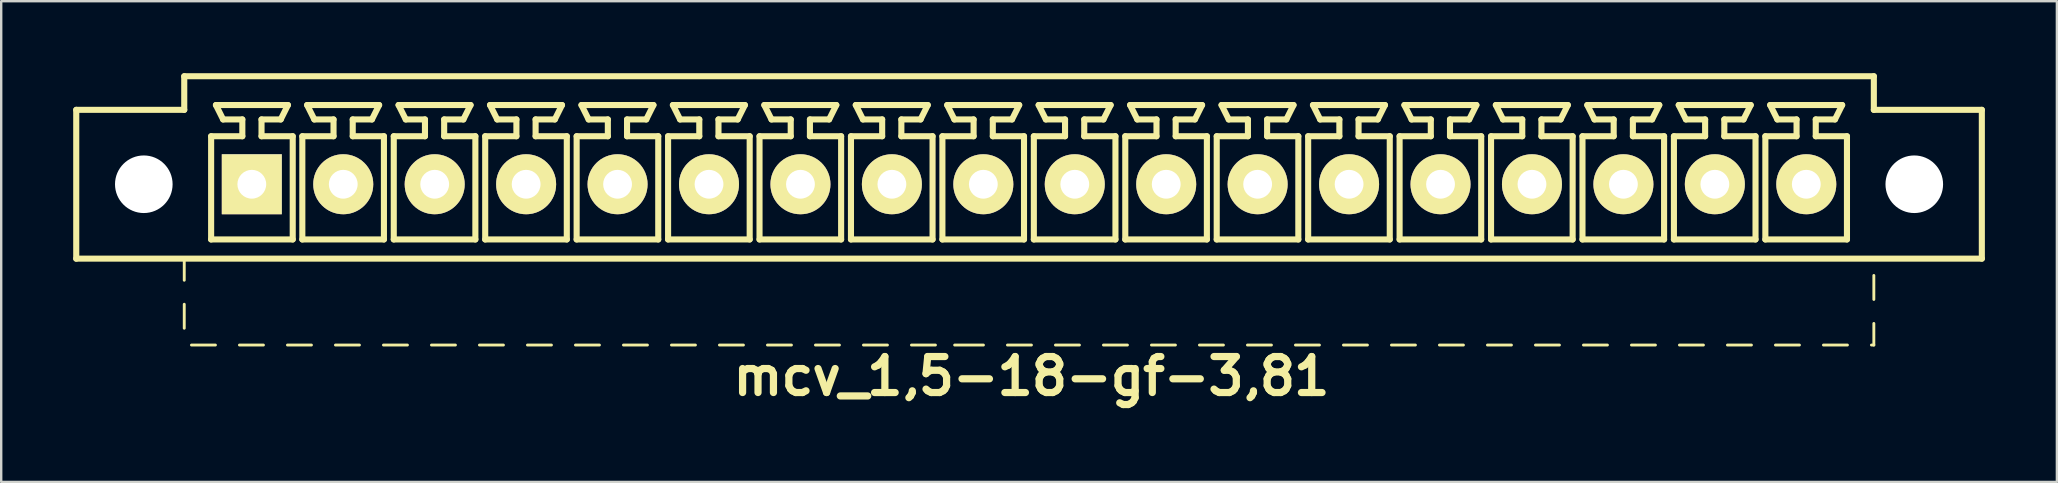
<source format=kicad_pcb>
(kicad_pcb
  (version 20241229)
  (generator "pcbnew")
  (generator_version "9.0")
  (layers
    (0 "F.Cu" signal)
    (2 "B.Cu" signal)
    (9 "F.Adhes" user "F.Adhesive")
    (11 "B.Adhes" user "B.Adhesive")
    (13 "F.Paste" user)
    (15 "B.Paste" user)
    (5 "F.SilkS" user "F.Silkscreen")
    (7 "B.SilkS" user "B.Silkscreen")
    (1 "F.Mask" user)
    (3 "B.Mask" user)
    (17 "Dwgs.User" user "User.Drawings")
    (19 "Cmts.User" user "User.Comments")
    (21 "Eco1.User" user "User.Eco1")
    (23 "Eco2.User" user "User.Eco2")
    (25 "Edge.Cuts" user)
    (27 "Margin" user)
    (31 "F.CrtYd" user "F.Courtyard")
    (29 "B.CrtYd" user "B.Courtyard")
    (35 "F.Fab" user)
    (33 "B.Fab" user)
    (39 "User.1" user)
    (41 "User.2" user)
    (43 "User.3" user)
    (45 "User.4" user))
  (footprint "mcv_1,5-18-gf-3,81"
    (layer "F.Cu")
    (at 39.827 4.627)
    (property "Reference" "mcv_1,5-18-gf-3,81" (at 0.1 8 0) (layer "F.SilkS") (effects (font (size 1.5 1.5) (thickness 0.3))))
    (attr through_hole)
    (fp_line (start -39.7 3.1) (end -39.7 -3.1) (stroke (width 0.254) (type solid)) (layer "F.SilkS"))
    (fp_line (start -39.7 3.1) (end 39.7 3.1) (stroke (width 0.254) (type solid)) (layer "F.SilkS"))
    (fp_line (start -35.2 -4.5) (end -35.2 -3.1) (stroke (width 0.254) (type solid)) (layer "F.SilkS"))
    (fp_line (start -35.2 -4.5) (end 35.2 -4.5) (stroke (width 0.254) (type solid)) (layer "F.SilkS"))
    (fp_line (start -35.2 -3.1) (end -39.7 -3.1) (stroke (width 0.254) (type solid)) (layer "F.SilkS"))
    (fp_line (start -35.2 3.1) (end -35.2 4) (stroke (width 0.12) (type solid)) (layer "F.SilkS"))
    (fp_line (start -35.2 5) (end -35.2 6) (stroke (width 0.12) (type solid)) (layer "F.SilkS"))
    (fp_line (start -34.9 6.7) (end -33.9 6.7) (stroke (width 0.12) (type solid)) (layer "F.SilkS"))
    (fp_line (start -34.08 -2) (end -32.78 -2) (stroke (width 0.254) (type solid)) (layer "F.SilkS"))
    (fp_line (start -34.08 2.3) (end -34.08 -2) (stroke (width 0.254) (type solid)) (layer "F.SilkS"))
    (fp_line (start -33.88 -3.3) (end -30.88 -3.3) (stroke (width 0.254) (type solid)) (layer "F.SilkS"))
    (fp_line (start -33.58 -2.7) (end -33.88 -3.3) (stroke (width 0.254) (type solid)) (layer "F.SilkS"))
    (fp_line (start -32.9 6.7) (end -31.9 6.7) (stroke (width 0.12) (type solid)) (layer "F.SilkS"))
    (fp_line (start -32.78 -2.7) (end -33.58 -2.7) (stroke (width 0.254) (type solid)) (layer "F.SilkS"))
    (fp_line (start -32.78 -2) (end -32.78 -2.7) (stroke (width 0.254) (type solid)) (layer "F.SilkS"))
    (fp_line (start -31.98 -2.7) (end -31.98 -2) (stroke (width 0.254) (type solid)) (layer "F.SilkS"))
    (fp_line (start -31.98 -2) (end -30.68 -2) (stroke (width 0.254) (type solid)) (layer "F.SilkS"))
    (fp_line (start -31.18 -2.7) (end -31.98 -2.7) (stroke (width 0.254) (type solid)) (layer "F.SilkS"))
    (fp_line (start -31.18 -2.7) (end -30.88 -3.3) (stroke (width 0.254) (type solid)) (layer "F.SilkS"))
    (fp_line (start -30.9 6.7) (end -29.9 6.7) (stroke (width 0.12) (type solid)) (layer "F.SilkS"))
    (fp_line (start -30.68 -2) (end -30.68 2.3) (stroke (width 0.254) (type solid)) (layer "F.SilkS"))
    (fp_line (start -30.68 2.3) (end -34.08 2.3) (stroke (width 0.254) (type solid)) (layer "F.SilkS"))
    (fp_line (start -30.28 -2) (end -28.98 -2) (stroke (width 0.254) (type solid)) (layer "F.SilkS"))
    (fp_line (start -30.28 2.3) (end -30.28 -2) (stroke (width 0.254) (type solid)) (layer "F.SilkS"))
    (fp_line (start -30.08 -3.3) (end -27.08 -3.3) (stroke (width 0.254) (type solid)) (layer "F.SilkS"))
    (fp_line (start -29.78 -2.7) (end -30.08 -3.3) (stroke (width 0.254) (type solid)) (layer "F.SilkS"))
    (fp_line (start -28.98 -2.7) (end -29.78 -2.7) (stroke (width 0.254) (type solid)) (layer "F.SilkS"))
    (fp_line (start -28.98 -2) (end -28.98 -2.7) (stroke (width 0.254) (type solid)) (layer "F.SilkS"))
    (fp_line (start -28.9 6.7) (end -27.9 6.7) (stroke (width 0.12) (type solid)) (layer "F.SilkS"))
    (fp_line (start -28.18 -2.7) (end -28.18 -2) (stroke (width 0.254) (type solid)) (layer "F.SilkS"))
    (fp_line (start -28.18 -2) (end -26.88 -2) (stroke (width 0.254) (type solid)) (layer "F.SilkS"))
    (fp_line (start -27.38 -2.7) (end -28.18 -2.7) (stroke (width 0.254) (type solid)) (layer "F.SilkS"))
    (fp_line (start -27.38 -2.7) (end -27.08 -3.3) (stroke (width 0.254) (type solid)) (layer "F.SilkS"))
    (fp_line (start -26.9 6.7) (end -25.9 6.7) (stroke (width 0.12) (type solid)) (layer "F.SilkS"))
    (fp_line (start -26.88 -2) (end -26.88 2.3) (stroke (width 0.254) (type solid)) (layer "F.SilkS"))
    (fp_line (start -26.88 2.3) (end -30.28 2.3) (stroke (width 0.254) (type solid)) (layer "F.SilkS"))
    (fp_line (start -26.47 -2) (end -25.17 -2) (stroke (width 0.254) (type solid)) (layer "F.SilkS"))
    (fp_line (start -26.47 2.3) (end -26.47 -2) (stroke (width 0.254) (type solid)) (layer "F.SilkS"))
    (fp_line (start -26.27 -3.3) (end -23.27 -3.3) (stroke (width 0.254) (type solid)) (layer "F.SilkS"))
    (fp_line (start -25.97 -2.7) (end -26.27 -3.3) (stroke (width 0.254) (type solid)) (layer "F.SilkS"))
    (fp_line (start -25.17 -2.7) (end -25.97 -2.7) (stroke (width 0.254) (type solid)) (layer "F.SilkS"))
    (fp_line (start -25.17 -2) (end -25.17 -2.7) (stroke (width 0.254) (type solid)) (layer "F.SilkS"))
    (fp_line (start -24.9 6.7) (end -23.9 6.7) (stroke (width 0.12) (type solid)) (layer "F.SilkS"))
    (fp_line (start -24.37 -2.7) (end -24.37 -2) (stroke (width 0.254) (type solid)) (layer "F.SilkS"))
    (fp_line (start -24.37 -2) (end -23.07 -2) (stroke (width 0.254) (type solid)) (layer "F.SilkS"))
    (fp_line (start -23.57 -2.7) (end -24.37 -2.7) (stroke (width 0.254) (type solid)) (layer "F.SilkS"))
    (fp_line (start -23.57 -2.7) (end -23.27 -3.3) (stroke (width 0.254) (type solid)) (layer "F.SilkS"))
    (fp_line (start -23.07 -2) (end -23.07 2.3) (stroke (width 0.254) (type solid)) (layer "F.SilkS"))
    (fp_line (start -23.07 2.3) (end -26.47 2.3) (stroke (width 0.254) (type solid)) (layer "F.SilkS"))
    (fp_line (start -22.9 6.7) (end -21.9 6.7) (stroke (width 0.12) (type solid)) (layer "F.SilkS"))
    (fp_line (start -22.66 -2) (end -21.36 -2) (stroke (width 0.254) (type solid)) (layer "F.SilkS"))
    (fp_line (start -22.66 2.3) (end -22.66 -2) (stroke (width 0.254) (type solid)) (layer "F.SilkS"))
    (fp_line (start -22.46 -3.3) (end -19.46 -3.3) (stroke (width 0.254) (type solid)) (layer "F.SilkS"))
    (fp_line (start -22.16 -2.7) (end -22.46 -3.3) (stroke (width 0.254) (type solid)) (layer "F.SilkS"))
    (fp_line (start -21.36 -2.7) (end -22.16 -2.7) (stroke (width 0.254) (type solid)) (layer "F.SilkS"))
    (fp_line (start -21.36 -2) (end -21.36 -2.7) (stroke (width 0.254) (type solid)) (layer "F.SilkS"))
    (fp_line (start -20.9 6.7) (end -19.9 6.7) (stroke (width 0.12) (type solid)) (layer "F.SilkS"))
    (fp_line (start -20.56 -2.7) (end -20.56 -2) (stroke (width 0.254) (type solid)) (layer "F.SilkS"))
    (fp_line (start -20.56 -2) (end -19.26 -2) (stroke (width 0.254) (type solid)) (layer "F.SilkS"))
    (fp_line (start -19.76 -2.7) (end -20.56 -2.7) (stroke (width 0.254) (type solid)) (layer "F.SilkS"))
    (fp_line (start -19.76 -2.7) (end -19.46 -3.3) (stroke (width 0.254) (type solid)) (layer "F.SilkS"))
    (fp_line (start -19.26 -2) (end -19.26 2.3) (stroke (width 0.254) (type solid)) (layer "F.SilkS"))
    (fp_line (start -19.26 2.3) (end -22.66 2.3) (stroke (width 0.254) (type solid)) (layer "F.SilkS"))
    (fp_line (start -18.9 6.7) (end -17.9 6.7) (stroke (width 0.12) (type solid)) (layer "F.SilkS"))
    (fp_line (start -18.85 -2) (end -17.55 -2) (stroke (width 0.254) (type solid)) (layer "F.SilkS"))
    (fp_line (start -18.85 2.3) (end -18.85 -2) (stroke (width 0.254) (type solid)) (layer "F.SilkS"))
    (fp_line (start -18.65 -3.3) (end -15.65 -3.3) (stroke (width 0.254) (type solid)) (layer "F.SilkS"))
    (fp_line (start -18.35 -2.7) (end -18.65 -3.3) (stroke (width 0.254) (type solid)) (layer "F.SilkS"))
    (fp_line (start -17.55 -2.7) (end -18.35 -2.7) (stroke (width 0.254) (type solid)) (layer "F.SilkS"))
    (fp_line (start -17.55 -2) (end -17.55 -2.7) (stroke (width 0.254) (type solid)) (layer "F.SilkS"))
    (fp_line (start -16.9 6.7) (end -15.9 6.7) (stroke (width 0.12) (type solid)) (layer "F.SilkS"))
    (fp_line (start -16.75 -2.7) (end -16.75 -2) (stroke (width 0.254) (type solid)) (layer "F.SilkS"))
    (fp_line (start -16.75 -2) (end -15.45 -2) (stroke (width 0.254) (type solid)) (layer "F.SilkS"))
    (fp_line (start -15.95 -2.7) (end -16.75 -2.7) (stroke (width 0.254) (type solid)) (layer "F.SilkS"))
    (fp_line (start -15.95 -2.7) (end -15.65 -3.3) (stroke (width 0.254) (type solid)) (layer "F.SilkS"))
    (fp_line (start -15.45 -2) (end -15.45 2.3) (stroke (width 0.254) (type solid)) (layer "F.SilkS"))
    (fp_line (start -15.45 2.3) (end -18.85 2.3) (stroke (width 0.254) (type solid)) (layer "F.SilkS"))
    (fp_line (start -15.04 -2) (end -13.74 -2) (stroke (width 0.254) (type solid)) (layer "F.SilkS"))
    (fp_line (start -15.04 2.3) (end -15.04 -2) (stroke (width 0.254) (type solid)) (layer "F.SilkS"))
    (fp_line (start -14.9 6.7) (end -13.9 6.7) (stroke (width 0.12) (type solid)) (layer "F.SilkS"))
    (fp_line (start -14.84 -3.3) (end -11.84 -3.3) (stroke (width 0.254) (type solid)) (layer "F.SilkS"))
    (fp_line (start -14.54 -2.7) (end -14.84 -3.3) (stroke (width 0.254) (type solid)) (layer "F.SilkS"))
    (fp_line (start -13.74 -2.7) (end -14.54 -2.7) (stroke (width 0.254) (type solid)) (layer "F.SilkS"))
    (fp_line (start -13.74 -2) (end -13.74 -2.7) (stroke (width 0.254) (type solid)) (layer "F.SilkS"))
    (fp_line (start -12.94 -2.7) (end -12.94 -2) (stroke (width 0.254) (type solid)) (layer "F.SilkS"))
    (fp_line (start -12.94 -2) (end -11.64 -2) (stroke (width 0.254) (type solid)) (layer "F.SilkS"))
    (fp_line (start -12.9 6.7) (end -11.9 6.7) (stroke (width 0.12) (type solid)) (layer "F.SilkS"))
    (fp_line (start -12.14 -2.7) (end -12.94 -2.7) (stroke (width 0.254) (type solid)) (layer "F.SilkS"))
    (fp_line (start -12.14 -2.7) (end -11.84 -3.3) (stroke (width 0.254) (type solid)) (layer "F.SilkS"))
    (fp_line (start -11.64 -2) (end -11.64 2.3) (stroke (width 0.254) (type solid)) (layer "F.SilkS"))
    (fp_line (start -11.64 2.3) (end -15.04 2.3) (stroke (width 0.254) (type solid)) (layer "F.SilkS"))
    (fp_line (start -11.23 -2) (end -9.93 -2) (stroke (width 0.254) (type solid)) (layer "F.SilkS"))
    (fp_line (start -11.23 2.3) (end -11.23 -2) (stroke (width 0.254) (type solid)) (layer "F.SilkS"))
    (fp_line (start -11.03 -3.3) (end -8.03 -3.3) (stroke (width 0.254) (type solid)) (layer "F.SilkS"))
    (fp_line (start -10.9 6.7) (end -9.9 6.7) (stroke (width 0.12) (type solid)) (layer "F.SilkS"))
    (fp_line (start -10.73 -2.7) (end -11.03 -3.3) (stroke (width 0.254) (type solid)) (layer "F.SilkS"))
    (fp_line (start -9.93 -2.7) (end -10.73 -2.7) (stroke (width 0.254) (type solid)) (layer "F.SilkS"))
    (fp_line (start -9.93 -2) (end -9.93 -2.7) (stroke (width 0.254) (type solid)) (layer "F.SilkS"))
    (fp_line (start -9.13 -2.7) (end -9.13 -2) (stroke (width 0.254) (type solid)) (layer "F.SilkS"))
    (fp_line (start -9.13 -2) (end -7.83 -2) (stroke (width 0.254) (type solid)) (layer "F.SilkS"))
    (fp_line (start -8.9 6.7) (end -7.9 6.7) (stroke (width 0.12) (type solid)) (layer "F.SilkS"))
    (fp_line (start -8.33 -2.7) (end -9.13 -2.7) (stroke (width 0.254) (type solid)) (layer "F.SilkS"))
    (fp_line (start -8.33 -2.7) (end -8.03 -3.3) (stroke (width 0.254) (type solid)) (layer "F.SilkS"))
    (fp_line (start -7.83 -2) (end -7.83 2.3) (stroke (width 0.254) (type solid)) (layer "F.SilkS"))
    (fp_line (start -7.83 2.3) (end -11.23 2.3) (stroke (width 0.254) (type solid)) (layer "F.SilkS"))
    (fp_line (start -7.42 -2) (end -6.12 -2) (stroke (width 0.254) (type solid)) (layer "F.SilkS"))
    (fp_line (start -7.42 2.3) (end -7.42 -2) (stroke (width 0.254) (type solid)) (layer "F.SilkS"))
    (fp_line (start -7.22 -3.3) (end -4.22 -3.3) (stroke (width 0.254) (type solid)) (layer "F.SilkS"))
    (fp_line (start -6.92 -2.7) (end -7.22 -3.3) (stroke (width 0.254) (type solid)) (layer "F.SilkS"))
    (fp_line (start -6.9 6.7) (end -5.9 6.7) (stroke (width 0.12) (type solid)) (layer "F.SilkS"))
    (fp_line (start -6.12 -2.7) (end -6.92 -2.7) (stroke (width 0.254) (type solid)) (layer "F.SilkS"))
    (fp_line (start -6.12 -2) (end -6.12 -2.7) (stroke (width 0.254) (type solid)) (layer "F.SilkS"))
    (fp_line (start -5.32 -2.7) (end -5.32 -2) (stroke (width 0.254) (type solid)) (layer "F.SilkS"))
    (fp_line (start -5.32 -2) (end -4.02 -2) (stroke (width 0.254) (type solid)) (layer "F.SilkS"))
    (fp_line (start -4.9 6.7) (end -3.9 6.7) (stroke (width 0.12) (type solid)) (layer "F.SilkS"))
    (fp_line (start -4.52 -2.7) (end -5.32 -2.7) (stroke (width 0.254) (type solid)) (layer "F.SilkS"))
    (fp_line (start -4.52 -2.7) (end -4.22 -3.3) (stroke (width 0.254) (type solid)) (layer "F.SilkS"))
    (fp_line (start -4.02 -2) (end -4.02 2.3) (stroke (width 0.254) (type solid)) (layer "F.SilkS"))
    (fp_line (start -4.02 2.3) (end -7.42 2.3) (stroke (width 0.254) (type solid)) (layer "F.SilkS"))
    (fp_line (start -3.61 -2) (end -2.31 -2) (stroke (width 0.254) (type solid)) (layer "F.SilkS"))
    (fp_line (start -3.61 2.3) (end -3.61 -2) (stroke (width 0.254) (type solid)) (layer "F.SilkS"))
    (fp_line (start -3.41 -3.3) (end -0.41 -3.3) (stroke (width 0.254) (type solid)) (layer "F.SilkS"))
    (fp_line (start -3.11 -2.7) (end -3.41 -3.3) (stroke (width 0.254) (type solid)) (layer "F.SilkS"))
    (fp_line (start -3.1 6.7) (end -1.9 6.7) (stroke (width 0.12) (type solid)) (layer "F.SilkS"))
    (fp_line (start -2.31 -2.7) (end -3.11 -2.7) (stroke (width 0.254) (type solid)) (layer "F.SilkS"))
    (fp_line (start -2.31 -2) (end -2.31 -2.7) (stroke (width 0.254) (type solid)) (layer "F.SilkS"))
    (fp_line (start -1.51 -2.7) (end -1.51 -2) (stroke (width 0.254) (type solid)) (layer "F.SilkS"))
    (fp_line (start -1.51 -2) (end -0.21 -2) (stroke (width 0.254) (type solid)) (layer "F.SilkS"))
    (fp_line (start -0.9 6.7) (end 0.1 6.7) (stroke (width 0.12) (type solid)) (layer "F.SilkS"))
    (fp_line (start -0.71 -2.7) (end -1.51 -2.7) (stroke (width 0.254) (type solid)) (layer "F.SilkS"))
    (fp_line (start -0.71 -2.7) (end -0.41 -3.3) (stroke (width 0.254) (type solid)) (layer "F.SilkS"))
    (fp_line (start -0.21 -2) (end -0.21 2.3) (stroke (width 0.254) (type solid)) (layer "F.SilkS"))
    (fp_line (start -0.21 2.3) (end -3.61 2.3) (stroke (width 0.254) (type solid)) (layer "F.SilkS"))
    (fp_line (start 0.2 -2) (end 1.5 -2) (stroke (width 0.254) (type solid)) (layer "F.SilkS"))
    (fp_line (start 0.2 2.3) (end 0.2 -2) (stroke (width 0.254) (type solid)) (layer "F.SilkS"))
    (fp_line (start 0.4 -3.3) (end 3.4 -3.3) (stroke (width 0.254) (type solid)) (layer "F.SilkS"))
    (fp_line (start 0.7 -2.7) (end 0.4 -3.3) (stroke (width 0.254) (type solid)) (layer "F.SilkS"))
    (fp_line (start 1.1 6.7) (end 2.1 6.7) (stroke (width 0.12) (type solid)) (layer "F.SilkS"))
    (fp_line (start 1.5 -2.7) (end 0.7 -2.7) (stroke (width 0.254) (type solid)) (layer "F.SilkS"))
    (fp_line (start 1.5 -2) (end 1.5 -2.7) (stroke (width 0.254) (type solid)) (layer "F.SilkS"))
    (fp_line (start 2.3 -2.7) (end 2.3 -2) (stroke (width 0.254) (type solid)) (layer "F.SilkS"))
    (fp_line (start 2.3 -2) (end 3.6 -2) (stroke (width 0.254) (type solid)) (layer "F.SilkS"))
    (fp_line (start 3.1 -2.7) (end 2.3 -2.7) (stroke (width 0.254) (type solid)) (layer "F.SilkS"))
    (fp_line (start 3.1 -2.7) (end 3.4 -3.3) (stroke (width 0.254) (type solid)) (layer "F.SilkS"))
    (fp_line (start 3.1 6.7) (end 4.1 6.7) (stroke (width 0.12) (type solid)) (layer "F.SilkS"))
    (fp_line (start 3.6 -2) (end 3.6 2.3) (stroke (width 0.254) (type solid)) (layer "F.SilkS"))
    (fp_line (start 3.6 2.3) (end 0.2 2.3) (stroke (width 0.254) (type solid)) (layer "F.SilkS"))
    (fp_line (start 4.01 -2) (end 5.31 -2) (stroke (width 0.254) (type solid)) (layer "F.SilkS"))
    (fp_line (start 4.01 2.3) (end 4.01 -2) (stroke (width 0.254) (type solid)) (layer "F.SilkS"))
    (fp_line (start 4.21 -3.3) (end 7.21 -3.3) (stroke (width 0.254) (type solid)) (layer "F.SilkS"))
    (fp_line (start 4.51 -2.7) (end 4.21 -3.3) (stroke (width 0.254) (type solid)) (layer "F.SilkS"))
    (fp_line (start 5.1 6.7) (end 6.1 6.7) (stroke (width 0.12) (type solid)) (layer "F.SilkS"))
    (fp_line (start 5.31 -2.7) (end 4.51 -2.7) (stroke (width 0.254) (type solid)) (layer "F.SilkS"))
    (fp_line (start 5.31 -2) (end 5.31 -2.7) (stroke (width 0.254) (type solid)) (layer "F.SilkS"))
    (fp_line (start 6.11 -2.7) (end 6.11 -2) (stroke (width 0.254) (type solid)) (layer "F.SilkS"))
    (fp_line (start 6.11 -2) (end 7.41 -2) (stroke (width 0.254) (type solid)) (layer "F.SilkS"))
    (fp_line (start 6.91 -2.7) (end 6.11 -2.7) (stroke (width 0.254) (type solid)) (layer "F.SilkS"))
    (fp_line (start 6.91 -2.7) (end 7.21 -3.3) (stroke (width 0.254) (type solid)) (layer "F.SilkS"))
    (fp_line (start 7.1 6.7) (end 8.1 6.7) (stroke (width 0.12) (type solid)) (layer "F.SilkS"))
    (fp_line (start 7.41 -2) (end 7.41 2.3) (stroke (width 0.254) (type solid)) (layer "F.SilkS"))
    (fp_line (start 7.41 2.3) (end 4.01 2.3) (stroke (width 0.254) (type solid)) (layer "F.SilkS"))
    (fp_line (start 7.82 -2) (end 9.12 -2) (stroke (width 0.254) (type solid)) (layer "F.SilkS"))
    (fp_line (start 7.82 2.3) (end 7.82 -2) (stroke (width 0.254) (type solid)) (layer "F.SilkS"))
    (fp_line (start 8.02 -3.3) (end 11.02 -3.3) (stroke (width 0.254) (type solid)) (layer "F.SilkS"))
    (fp_line (start 8.32 -2.7) (end 8.02 -3.3) (stroke (width 0.254) (type solid)) (layer "F.SilkS"))
    (fp_line (start 9.1 6.7) (end 10.1 6.7) (stroke (width 0.12) (type solid)) (layer "F.SilkS"))
    (fp_line (start 9.12 -2.7) (end 8.32 -2.7) (stroke (width 0.254) (type solid)) (layer "F.SilkS"))
    (fp_line (start 9.12 -2) (end 9.12 -2.7) (stroke (width 0.254) (type solid)) (layer "F.SilkS"))
    (fp_line (start 9.92 -2.7) (end 9.92 -2) (stroke (width 0.254) (type solid)) (layer "F.SilkS"))
    (fp_line (start 9.92 -2) (end 11.22 -2) (stroke (width 0.254) (type solid)) (layer "F.SilkS"))
    (fp_line (start 10.72 -2.7) (end 9.92 -2.7) (stroke (width 0.254) (type solid)) (layer "F.SilkS"))
    (fp_line (start 10.72 -2.7) (end 11.02 -3.3) (stroke (width 0.254) (type solid)) (layer "F.SilkS"))
    (fp_line (start 11.1 6.7) (end 12.1 6.7) (stroke (width 0.12) (type solid)) (layer "F.SilkS"))
    (fp_line (start 11.22 -2) (end 11.22 2.3) (stroke (width 0.254) (type solid)) (layer "F.SilkS"))
    (fp_line (start 11.22 2.3) (end 7.82 2.3) (stroke (width 0.254) (type solid)) (layer "F.SilkS"))
    (fp_line (start 11.63 -2) (end 12.93 -2) (stroke (width 0.254) (type solid)) (layer "F.SilkS"))
    (fp_line (start 11.63 2.3) (end 11.63 -2) (stroke (width 0.254) (type solid)) (layer "F.SilkS"))
    (fp_line (start 11.83 -3.3) (end 14.83 -3.3) (stroke (width 0.254) (type solid)) (layer "F.SilkS"))
    (fp_line (start 12.13 -2.7) (end 11.83 -3.3) (stroke (width 0.254) (type solid)) (layer "F.SilkS"))
    (fp_line (start 12.93 -2.7) (end 12.13 -2.7) (stroke (width 0.254) (type solid)) (layer "F.SilkS"))
    (fp_line (start 12.93 -2) (end 12.93 -2.7) (stroke (width 0.254) (type solid)) (layer "F.SilkS"))
    (fp_line (start 13.1 6.7) (end 14.1 6.7) (stroke (width 0.12) (type solid)) (layer "F.SilkS"))
    (fp_line (start 13.73 -2.7) (end 13.73 -2) (stroke (width 0.254) (type solid)) (layer "F.SilkS"))
    (fp_line (start 13.73 -2) (end 15.03 -2) (stroke (width 0.254) (type solid)) (layer "F.SilkS"))
    (fp_line (start 14.53 -2.7) (end 13.73 -2.7) (stroke (width 0.254) (type solid)) (layer "F.SilkS"))
    (fp_line (start 14.53 -2.7) (end 14.83 -3.3) (stroke (width 0.254) (type solid)) (layer "F.SilkS"))
    (fp_line (start 15.03 -2) (end 15.03 2.3) (stroke (width 0.254) (type solid)) (layer "F.SilkS"))
    (fp_line (start 15.03 2.3) (end 11.63 2.3) (stroke (width 0.254) (type solid)) (layer "F.SilkS"))
    (fp_line (start 15.1 6.7) (end 16.1 6.7) (stroke (width 0.12) (type solid)) (layer "F.SilkS"))
    (fp_line (start 15.44 -2) (end 16.74 -2) (stroke (width 0.254) (type solid)) (layer "F.SilkS"))
    (fp_line (start 15.44 2.3) (end 15.44 -2) (stroke (width 0.254) (type solid)) (layer "F.SilkS"))
    (fp_line (start 15.64 -3.3) (end 18.64 -3.3) (stroke (width 0.254) (type solid)) (layer "F.SilkS"))
    (fp_line (start 15.94 -2.7) (end 15.64 -3.3) (stroke (width 0.254) (type solid)) (layer "F.SilkS"))
    (fp_line (start 16.74 -2.7) (end 15.94 -2.7) (stroke (width 0.254) (type solid)) (layer "F.SilkS"))
    (fp_line (start 16.74 -2) (end 16.74 -2.7) (stroke (width 0.254) (type solid)) (layer "F.SilkS"))
    (fp_line (start 17.1 6.7) (end 18.1 6.7) (stroke (width 0.12) (type solid)) (layer "F.SilkS"))
    (fp_line (start 17.54 -2.7) (end 17.54 -2) (stroke (width 0.254) (type solid)) (layer "F.SilkS"))
    (fp_line (start 17.54 -2) (end 18.84 -2) (stroke (width 0.254) (type solid)) (layer "F.SilkS"))
    (fp_line (start 18.34 -2.7) (end 17.54 -2.7) (stroke (width 0.254) (type solid)) (layer "F.SilkS"))
    (fp_line (start 18.34 -2.7) (end 18.64 -3.3) (stroke (width 0.254) (type solid)) (layer "F.SilkS"))
    (fp_line (start 18.84 -2) (end 18.84 2.3) (stroke (width 0.254) (type solid)) (layer "F.SilkS"))
    (fp_line (start 18.84 2.3) (end 15.44 2.3) (stroke (width 0.254) (type solid)) (layer "F.SilkS"))
    (fp_line (start 19.1 6.7) (end 20.1 6.7) (stroke (width 0.12) (type solid)) (layer "F.SilkS"))
    (fp_line (start 19.25 -2) (end 20.55 -2) (stroke (width 0.254) (type solid)) (layer "F.SilkS"))
    (fp_line (start 19.25 2.3) (end 19.25 -2) (stroke (width 0.254) (type solid)) (layer "F.SilkS"))
    (fp_line (start 19.45 -3.3) (end 22.45 -3.3) (stroke (width 0.254) (type solid)) (layer "F.SilkS"))
    (fp_line (start 19.75 -2.7) (end 19.45 -3.3) (stroke (width 0.254) (type solid)) (layer "F.SilkS"))
    (fp_line (start 20.55 -2.7) (end 19.75 -2.7) (stroke (width 0.254) (type solid)) (layer "F.SilkS"))
    (fp_line (start 20.55 -2) (end 20.55 -2.7) (stroke (width 0.254) (type solid)) (layer "F.SilkS"))
    (fp_line (start 21.1 6.7) (end 22.1 6.7) (stroke (width 0.12) (type solid)) (layer "F.SilkS"))
    (fp_line (start 21.35 -2.7) (end 21.35 -2) (stroke (width 0.254) (type solid)) (layer "F.SilkS"))
    (fp_line (start 21.35 -2) (end 22.65 -2) (stroke (width 0.254) (type solid)) (layer "F.SilkS"))
    (fp_line (start 22.15 -2.7) (end 21.35 -2.7) (stroke (width 0.254) (type solid)) (layer "F.SilkS"))
    (fp_line (start 22.15 -2.7) (end 22.45 -3.3) (stroke (width 0.254) (type solid)) (layer "F.SilkS"))
    (fp_line (start 22.65 -2) (end 22.65 2.3) (stroke (width 0.254) (type solid)) (layer "F.SilkS"))
    (fp_line (start 22.65 2.3) (end 19.25 2.3) (stroke (width 0.254) (type solid)) (layer "F.SilkS"))
    (fp_line (start 23.06 -2) (end 24.36 -2) (stroke (width 0.254) (type solid)) (layer "F.SilkS"))
    (fp_line (start 23.06 2.3) (end 23.06 -2) (stroke (width 0.254) (type solid)) (layer "F.SilkS"))
    (fp_line (start 23.1 6.7) (end 24.1 6.7) (stroke (width 0.12) (type solid)) (layer "F.SilkS"))
    (fp_line (start 23.26 -3.3) (end 26.26 -3.3) (stroke (width 0.254) (type solid)) (layer "F.SilkS"))
    (fp_line (start 23.56 -2.7) (end 23.26 -3.3) (stroke (width 0.254) (type solid)) (layer "F.SilkS"))
    (fp_line (start 24.36 -2.7) (end 23.56 -2.7) (stroke (width 0.254) (type solid)) (layer "F.SilkS"))
    (fp_line (start 24.36 -2) (end 24.36 -2.7) (stroke (width 0.254) (type solid)) (layer "F.SilkS"))
    (fp_line (start 25.1 6.7) (end 26.1 6.7) (stroke (width 0.12) (type solid)) (layer "F.SilkS"))
    (fp_line (start 25.16 -2.7) (end 25.16 -2) (stroke (width 0.254) (type solid)) (layer "F.SilkS"))
    (fp_line (start 25.16 -2) (end 26.46 -2) (stroke (width 0.254) (type solid)) (layer "F.SilkS"))
    (fp_line (start 25.96 -2.7) (end 25.16 -2.7) (stroke (width 0.254) (type solid)) (layer "F.SilkS"))
    (fp_line (start 25.96 -2.7) (end 26.26 -3.3) (stroke (width 0.254) (type solid)) (layer "F.SilkS"))
    (fp_line (start 26.46 -2) (end 26.46 2.3) (stroke (width 0.254) (type solid)) (layer "F.SilkS"))
    (fp_line (start 26.46 2.3) (end 23.06 2.3) (stroke (width 0.254) (type solid)) (layer "F.SilkS"))
    (fp_line (start 26.87 -2) (end 28.17 -2) (stroke (width 0.254) (type solid)) (layer "F.SilkS"))
    (fp_line (start 26.87 2.3) (end 26.87 -2) (stroke (width 0.254) (type solid)) (layer "F.SilkS"))
    (fp_line (start 27.07 -3.3) (end 30.07 -3.3) (stroke (width 0.254) (type solid)) (layer "F.SilkS"))
    (fp_line (start 27.1 6.7) (end 28.1 6.7) (stroke (width 0.12) (type solid)) (layer "F.SilkS"))
    (fp_line (start 27.37 -2.7) (end 27.07 -3.3) (stroke (width 0.254) (type solid)) (layer "F.SilkS"))
    (fp_line (start 28.17 -2.7) (end 27.37 -2.7) (stroke (width 0.254) (type solid)) (layer "F.SilkS"))
    (fp_line (start 28.17 -2) (end 28.17 -2.7) (stroke (width 0.254) (type solid)) (layer "F.SilkS"))
    (fp_line (start 28.97 -2.7) (end 28.97 -2) (stroke (width 0.254) (type solid)) (layer "F.SilkS"))
    (fp_line (start 28.97 -2) (end 30.27 -2) (stroke (width 0.254) (type solid)) (layer "F.SilkS"))
    (fp_line (start 29.1 6.7) (end 30.1 6.7) (stroke (width 0.12) (type solid)) (layer "F.SilkS"))
    (fp_line (start 29.77 -2.7) (end 28.97 -2.7) (stroke (width 0.254) (type solid)) (layer "F.SilkS"))
    (fp_line (start 29.77 -2.7) (end 30.07 -3.3) (stroke (width 0.254) (type solid)) (layer "F.SilkS"))
    (fp_line (start 30.27 -2) (end 30.27 2.3) (stroke (width 0.254) (type solid)) (layer "F.SilkS"))
    (fp_line (start 30.27 2.3) (end 26.87 2.3) (stroke (width 0.254) (type solid)) (layer "F.SilkS"))
    (fp_line (start 30.68 -2) (end 31.98 -2) (stroke (width 0.254) (type solid)) (layer "F.SilkS"))
    (fp_line (start 30.68 2.3) (end 30.68 -2) (stroke (width 0.254) (type solid)) (layer "F.SilkS"))
    (fp_line (start 30.88 -3.3) (end 33.88 -3.3) (stroke (width 0.254) (type solid)) (layer "F.SilkS"))
    (fp_line (start 31.1 6.7) (end 32.1 6.7) (stroke (width 0.12) (type solid)) (layer "F.SilkS"))
    (fp_line (start 31.18 -2.7) (end 30.88 -3.3) (stroke (width 0.254) (type solid)) (layer "F.SilkS"))
    (fp_line (start 31.98 -2.7) (end 31.18 -2.7) (stroke (width 0.254) (type solid)) (layer "F.SilkS"))
    (fp_line (start 31.98 -2) (end 31.98 -2.7) (stroke (width 0.254) (type solid)) (layer "F.SilkS"))
    (fp_line (start 32.78 -2.7) (end 32.78 -2) (stroke (width 0.254) (type solid)) (layer "F.SilkS"))
    (fp_line (start 32.78 -2) (end 34.08 -2) (stroke (width 0.254) (type solid)) (layer "F.SilkS"))
    (fp_line (start 33.1 6.7) (end 34.1 6.7) (stroke (width 0.12) (type solid)) (layer "F.SilkS"))
    (fp_line (start 33.58 -2.7) (end 32.78 -2.7) (stroke (width 0.254) (type solid)) (layer "F.SilkS"))
    (fp_line (start 33.58 -2.7) (end 33.88 -3.3) (stroke (width 0.254) (type solid)) (layer "F.SilkS"))
    (fp_line (start 34.08 -2) (end 34.08 2.3) (stroke (width 0.254) (type solid)) (layer "F.SilkS"))
    (fp_line (start 34.08 2.3) (end 30.68 2.3) (stroke (width 0.254) (type solid)) (layer "F.SilkS"))
    (fp_line (start 35.1 6.7) (end 35.2 6.7) (stroke (width 0.12) (type solid)) (layer "F.SilkS"))
    (fp_line (start 35.2 -4.5) (end 35.2 -3.1) (stroke (width 0.254) (type solid)) (layer "F.SilkS"))
    (fp_line (start 35.2 4.8) (end 35.2 3.8) (stroke (width 0.12) (type solid)) (layer "F.SilkS"))
    (fp_line (start 35.2 6.7) (end 35.2 5.8) (stroke (width 0.12) (type solid)) (layer "F.SilkS"))
    (fp_line (start 39.7 -3.1) (end 35.2 -3.1) (stroke (width 0.254) (type solid)) (layer "F.SilkS"))
    (fp_line (start 39.7 3.1) (end 39.7 -3.1) (stroke (width 0.254) (type solid)) (layer "F.SilkS"))
    (pad "" np_thru_hole circle (at -36.885 0) (size 2.4 2.4) (drill 2.4) (layers "*.Cu" "*.Mask"))
    (pad "" np_thru_hole circle (at 36.885 0) (size 2.4 2.4) (drill 2.4) (layers "*.Cu" "*.Mask"))
    (pad "1" thru_hole rect (at -32.385 0) (size 2.5 2.5) (drill 1.2) (layers "*.Cu" "*.Mask" "F.SilkS"))
    (pad "2" thru_hole circle (at -28.575 0) (size 2.5 2.5) (drill 1.2) (layers "*.Cu" "*.Mask" "F.SilkS"))
    (pad "3.1" thru_hole circle (at -24.765 0) (size 2.5 2.5) (drill 1.2) (layers "*.Cu" "*.Mask" "F.SilkS"))
    (pad "4" thru_hole circle (at -20.955 0) (size 2.5 2.5) (drill 1.2) (layers "*.Cu" "*.Mask" "F.SilkS"))
    (pad "5" thru_hole circle (at -17.145 0) (size 2.5 2.5) (drill 1.2) (layers "*.Cu" "*.Mask" "F.SilkS"))
    (pad "6" thru_hole circle (at -13.335 0) (size 2.5 2.5) (drill 1.2) (layers "*.Cu" "*.Mask" "F.SilkS"))
    (pad "7" thru_hole circle (at -9.525 0) (size 2.5 2.5) (drill 1.2) (layers "*.Cu" "*.Mask" "F.SilkS"))
    (pad "8" thru_hole circle (at -5.715 0) (size 2.5 2.5) (drill 1.2) (layers "*.Cu" "*.Mask" "F.SilkS"))
    (pad "9" thru_hole circle (at -1.905 0) (size 2.5 2.5) (drill 1.2) (layers "*.Cu" "*.Mask" "F.SilkS"))
    (pad "10" thru_hole circle (at 1.905 0) (size 2.5 2.5) (drill 1.2) (layers "*.Cu" "*.Mask" "F.SilkS"))
    (pad "11" thru_hole circle (at 5.715 0) (size 2.5 2.5) (drill 1.2) (layers "*.Cu" "*.Mask" "F.SilkS"))
    (pad "12" thru_hole circle (at 9.525 0) (size 2.5 2.5) (drill 1.2) (layers "*.Cu" "*.Mask" "F.SilkS"))
    (pad "13" thru_hole circle (at 13.335 0) (size 2.5 2.5) (drill 1.2) (layers "*.Cu" "*.Mask" "F.SilkS"))
    (pad "14" thru_hole circle (at 17.145 0) (size 2.5 2.5) (drill 1.2) (layers "*.Cu" "*.Mask" "F.SilkS"))
    (pad "15" thru_hole circle (at 20.955 0) (size 2.5 2.5) (drill 1.2) (layers "*.Cu" "*.Mask" "F.SilkS"))
    (pad "16" thru_hole circle (at 24.765 0) (size 2.5 2.5) (drill 1.2) (layers "*.Cu" "*.Mask" "F.SilkS"))
    (pad "17" thru_hole circle (at 28.575 0) (size 2.5 2.5) (drill 1.2) (layers "*.Cu" "*.Mask" "F.SilkS"))
    (pad "18" thru_hole circle (at 32.385 0) (size 2.5 2.5) (drill 1.2) (layers "*.Cu" "*.Mask" "F.SilkS")))
  (gr_rect
    (start -3 -3)
    (end 82.654 17.031)
    (stroke (width 0.1) (type default))
    (fill no)
    (layer "Edge.Cuts")))
</source>
